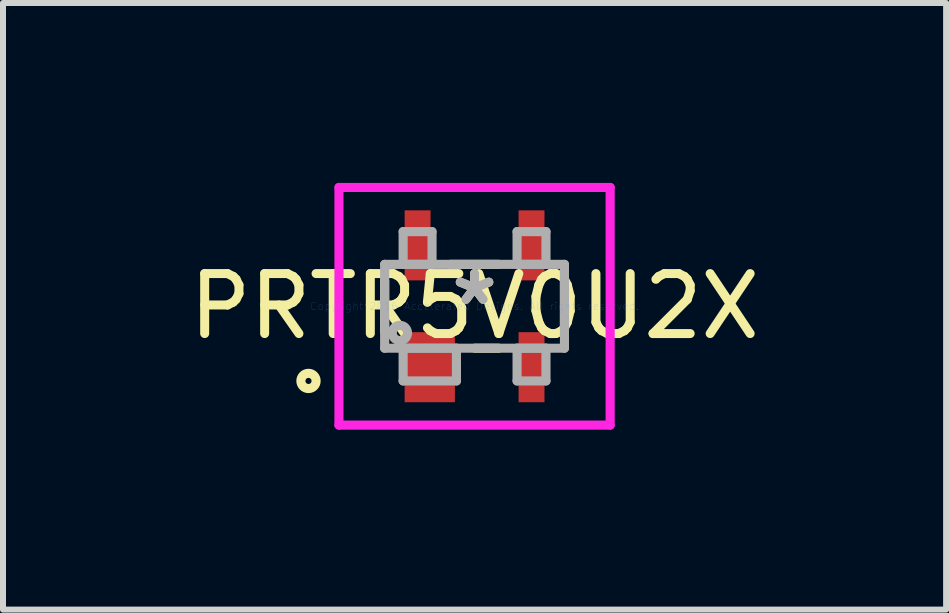
<source format=kicad_pcb>
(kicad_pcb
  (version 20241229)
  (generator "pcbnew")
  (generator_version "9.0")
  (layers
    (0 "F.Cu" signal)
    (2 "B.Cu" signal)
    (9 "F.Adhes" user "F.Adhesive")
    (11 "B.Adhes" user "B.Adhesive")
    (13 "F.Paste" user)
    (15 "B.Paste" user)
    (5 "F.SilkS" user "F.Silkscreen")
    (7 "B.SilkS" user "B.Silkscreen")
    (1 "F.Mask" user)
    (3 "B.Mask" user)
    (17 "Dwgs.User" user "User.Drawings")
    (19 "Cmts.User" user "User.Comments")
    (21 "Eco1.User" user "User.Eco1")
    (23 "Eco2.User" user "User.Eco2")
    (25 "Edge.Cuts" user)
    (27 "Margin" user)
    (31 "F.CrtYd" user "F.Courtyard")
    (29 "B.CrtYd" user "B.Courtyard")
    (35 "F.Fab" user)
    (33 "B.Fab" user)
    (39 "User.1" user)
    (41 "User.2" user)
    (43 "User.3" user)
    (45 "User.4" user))
  (footprint "PRTR5V0U2X"
    (layer "F.Cu")
    (at 4.863 2.057)
    (property "Reference" "PRTR5V0U2X" (at 0 0 0) (layer "F.SilkS") (effects (font (size 1 1) (thickness 0.15))))
    (attr through_hole)
    (fp_line (start -1.499 0.427) (end -1.499 -0.427) (stroke (width 0.152) (type solid)) (layer "F.SilkS"))
    (fp_line (start -0.401 -0.699) (end 0.401 -0.699) (stroke (width 0.152) (type solid)) (layer "F.SilkS"))
    (fp_line (start 0.401 0.699) (end 0.005 0.699) (stroke (width 0.152) (type solid)) (layer "F.SilkS"))
    (fp_line (start 1.499 -0.427) (end 1.499 0.427) (stroke (width 0.152) (type solid)) (layer "F.SilkS"))
    (fp_circle (center -2.769 1.245) (end -2.642 1.245) (stroke (width 0.152) (type solid)) (fill no) (layer "F.SilkS"))
    (fp_line (start -2.261 -1.981) (end 2.261 -1.981) (stroke (width 0.152) (type solid)) (layer "F.CrtYd"))
    (fp_line (start -2.261 1.981) (end -2.261 -1.981) (stroke (width 0.152) (type solid)) (layer "F.CrtYd"))
    (fp_line (start 2.261 -1.981) (end 2.261 1.981) (stroke (width 0.152) (type solid)) (layer "F.CrtYd"))
    (fp_line (start 2.261 1.981) (end -2.261 1.981) (stroke (width 0.152) (type solid)) (layer "F.CrtYd"))
    (fp_line (start -1.499 -0.699) (end 1.499 -0.699) (stroke (width 0.152) (type solid)) (layer "F.Fab"))
    (fp_line (start -1.499 0.699) (end -1.499 -0.699) (stroke (width 0.152) (type solid)) (layer "F.Fab"))
    (fp_line (start -1.191 -1.245) (end -1.191 -0.699) (stroke (width 0.152) (type solid)) (layer "F.Fab"))
    (fp_line (start -1.191 -0.699) (end -0.709 -0.699) (stroke (width 0.152) (type solid)) (layer "F.Fab"))
    (fp_line (start -1.191 0.699) (end -1.191 1.245) (stroke (width 0.152) (type solid)) (layer "F.Fab"))
    (fp_line (start -1.191 1.245) (end -0.302 1.245) (stroke (width 0.152) (type solid)) (layer "F.Fab"))
    (fp_line (start -0.709 -1.245) (end -1.191 -1.245) (stroke (width 0.152) (type solid)) (layer "F.Fab"))
    (fp_line (start -0.709 -0.699) (end -0.709 -1.245) (stroke (width 0.152) (type solid)) (layer "F.Fab"))
    (fp_line (start -0.302 0.699) (end -1.191 0.699) (stroke (width 0.152) (type solid)) (layer "F.Fab"))
    (fp_line (start -0.302 1.245) (end -0.302 0.699) (stroke (width 0.152) (type solid)) (layer "F.Fab"))
    (fp_line (start 0.709 -1.245) (end 0.709 -0.699) (stroke (width 0.152) (type solid)) (layer "F.Fab"))
    (fp_line (start 0.709 -0.699) (end 1.191 -0.699) (stroke (width 0.152) (type solid)) (layer "F.Fab"))
    (fp_line (start 0.709 0.699) (end 0.709 1.245) (stroke (width 0.152) (type solid)) (layer "F.Fab"))
    (fp_line (start 0.709 1.245) (end 1.191 1.245) (stroke (width 0.152) (type solid)) (layer "F.Fab"))
    (fp_line (start 1.191 -1.245) (end 0.709 -1.245) (stroke (width 0.152) (type solid)) (layer "F.Fab"))
    (fp_line (start 1.191 -0.699) (end 1.191 -1.245) (stroke (width 0.152) (type solid)) (layer "F.Fab"))
    (fp_line (start 1.191 0.699) (end 0.709 0.699) (stroke (width 0.152) (type solid)) (layer "F.Fab"))
    (fp_line (start 1.191 1.245) (end 1.191 0.699) (stroke (width 0.152) (type solid)) (layer "F.Fab"))
    (fp_line (start 1.499 -0.699) (end 1.499 0.699) (stroke (width 0.152) (type solid)) (layer "F.Fab"))
    (fp_line (start 1.499 0.699) (end -1.499 0.699) (stroke (width 0.152) (type solid)) (layer "F.Fab"))
    (fp_circle (center -1.245 0.445) (end -1.118 0.445) (stroke (width 0.152) (type solid)) (fill no) (layer "F.Fab"))
    (fp_text user "*" (at 0 0 0) (layer "F.SilkS") (effects (font (size 1 1) (thickness 0.15))))
    (fp_text user "Copyright 2016 Accelerated Designs. All rights reserved." (at 0 0 0) (layer "Cmts.User") (effects (font (size 0.127 0.127) (thickness 0.002))))
    (fp_text user "*" (at 0 0 0) (layer "F.Fab") (effects (font (size 1 1) (thickness 0.15))))
    (pad "1" smd rect (at -0.747 1.016) (size 0.838 1.168) (layers "F.Cu" "F.Mask" "F.Paste"))
    (pad "2" smd rect (at 0.95 1.016) (size 0.432 1.168) (layers "F.Cu" "F.Mask" "F.Paste"))
    (pad "3" smd rect (at 0.95 -1.016) (size 0.432 1.168) (layers "F.Cu" "F.Mask" "F.Paste"))
    (pad "4" smd rect (at -0.95 -1.016) (size 0.432 1.168) (layers "F.Cu" "F.Mask" "F.Paste")))
  (gr_rect
    (start -3 -3)
    (end 12.726 7.115)
    (stroke (width 0.1) (type default))
    (fill no)
    (layer "Edge.Cuts")))
</source>
